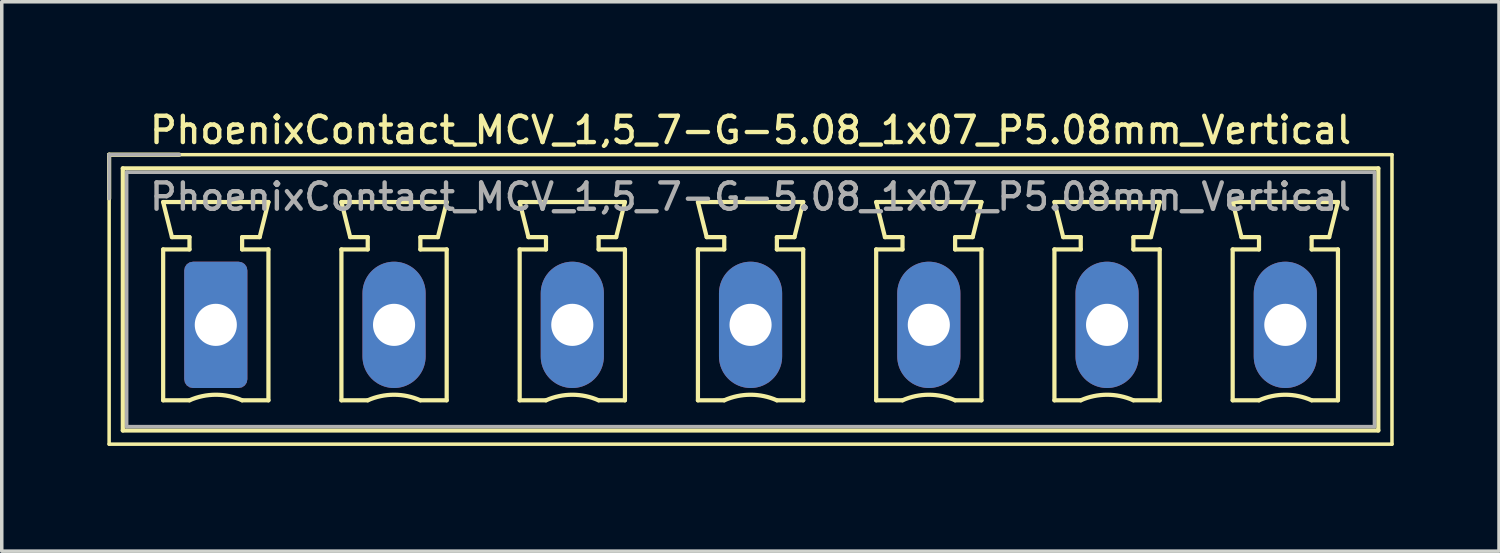
<source format=kicad_pcb>
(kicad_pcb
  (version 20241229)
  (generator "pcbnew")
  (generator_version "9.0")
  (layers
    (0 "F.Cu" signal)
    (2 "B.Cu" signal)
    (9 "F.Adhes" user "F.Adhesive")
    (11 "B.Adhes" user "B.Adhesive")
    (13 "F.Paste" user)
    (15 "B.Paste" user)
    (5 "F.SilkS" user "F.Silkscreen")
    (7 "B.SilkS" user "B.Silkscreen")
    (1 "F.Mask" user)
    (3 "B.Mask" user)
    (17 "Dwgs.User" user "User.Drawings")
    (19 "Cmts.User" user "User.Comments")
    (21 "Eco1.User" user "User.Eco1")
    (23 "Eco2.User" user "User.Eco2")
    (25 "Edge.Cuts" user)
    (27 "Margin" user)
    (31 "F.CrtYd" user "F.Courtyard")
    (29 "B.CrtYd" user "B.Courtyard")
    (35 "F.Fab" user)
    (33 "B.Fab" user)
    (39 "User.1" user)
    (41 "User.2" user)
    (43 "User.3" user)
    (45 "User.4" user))
  (footprint "PhoenixContact_MCV_1,5_7-G-5.08_1x07_P5.08mm_Vertical"
    (layer "F.Cu")
    (at 3.1 6.208)
    (property "Reference" "PhoenixContact_MCV_1,5_7-G-5.08_1x07_P5.08mm_Vertical" (at 15.24 -5.55 0) (layer "F.SilkS") (effects (font (size 0.75 0.75) (thickness 0.125))))
    (attr through_hole)
    (fp_line (start -3.04 -4.85) (end -3.04 3.4) (stroke (width 0.1) (type solid)) (layer "F.SilkS"))
    (fp_line (start -3.04 -4.85) (end -1.04 -4.85) (stroke (width 0.12) (type solid)) (layer "F.SilkS"))
    (fp_line (start -3.04 -3.6) (end -3.04 -4.85) (stroke (width 0.12) (type solid)) (layer "F.SilkS"))
    (fp_line (start -3.04 3.4) (end 33.52 3.4) (stroke (width 0.1) (type solid)) (layer "F.SilkS"))
    (fp_line (start -2.65 -4.46) (end -2.65 3.01) (stroke (width 0.12) (type solid)) (layer "F.SilkS"))
    (fp_line (start -2.65 3.01) (end 33.13 3.01) (stroke (width 0.12) (type solid)) (layer "F.SilkS"))
    (fp_line (start -1.5 -3.5) (end 1.5 -3.5) (stroke (width 0.12) (type solid)) (layer "F.SilkS"))
    (fp_line (start -1.5 -2.15) (end -0.75 -2.15) (stroke (width 0.12) (type solid)) (layer "F.SilkS"))
    (fp_line (start -1.5 2.15) (end -1.5 -2.15) (stroke (width 0.12) (type solid)) (layer "F.SilkS"))
    (fp_line (start -1.25 -2.5) (end -1.5 -3.5) (stroke (width 0.12) (type solid)) (layer "F.SilkS"))
    (fp_line (start -0.75 -2.5) (end -1.25 -2.5) (stroke (width 0.12) (type solid)) (layer "F.SilkS"))
    (fp_line (start -0.75 -2.15) (end -0.75 -2.5) (stroke (width 0.12) (type solid)) (layer "F.SilkS"))
    (fp_line (start -0.75 2.15) (end -1.5 2.15) (stroke (width 0.12) (type solid)) (layer "F.SilkS"))
    (fp_line (start 0.75 -2.5) (end 0.75 -2.15) (stroke (width 0.12) (type solid)) (layer "F.SilkS"))
    (fp_line (start 0.75 -2.15) (end 1.5 -2.15) (stroke (width 0.12) (type solid)) (layer "F.SilkS"))
    (fp_line (start 1.25 -2.5) (end 0.75 -2.5) (stroke (width 0.12) (type solid)) (layer "F.SilkS"))
    (fp_line (start 1.5 -3.5) (end 1.25 -2.5) (stroke (width 0.12) (type solid)) (layer "F.SilkS"))
    (fp_line (start 1.5 -2.15) (end 1.5 2.15) (stroke (width 0.12) (type solid)) (layer "F.SilkS"))
    (fp_line (start 1.5 2.15) (end 0.75 2.15) (stroke (width 0.12) (type solid)) (layer "F.SilkS"))
    (fp_line (start 3.58 -3.5) (end 6.58 -3.5) (stroke (width 0.12) (type solid)) (layer "F.SilkS"))
    (fp_line (start 3.58 -2.15) (end 4.33 -2.15) (stroke (width 0.12) (type solid)) (layer "F.SilkS"))
    (fp_line (start 3.58 2.15) (end 3.58 -2.15) (stroke (width 0.12) (type solid)) (layer "F.SilkS"))
    (fp_line (start 3.83 -2.5) (end 3.58 -3.5) (stroke (width 0.12) (type solid)) (layer "F.SilkS"))
    (fp_line (start 4.33 -2.5) (end 3.83 -2.5) (stroke (width 0.12) (type solid)) (layer "F.SilkS"))
    (fp_line (start 4.33 -2.15) (end 4.33 -2.5) (stroke (width 0.12) (type solid)) (layer "F.SilkS"))
    (fp_line (start 4.33 2.15) (end 3.58 2.15) (stroke (width 0.12) (type solid)) (layer "F.SilkS"))
    (fp_line (start 5.83 -2.5) (end 5.83 -2.15) (stroke (width 0.12) (type solid)) (layer "F.SilkS"))
    (fp_line (start 5.83 -2.15) (end 6.58 -2.15) (stroke (width 0.12) (type solid)) (layer "F.SilkS"))
    (fp_line (start 6.33 -2.5) (end 5.83 -2.5) (stroke (width 0.12) (type solid)) (layer "F.SilkS"))
    (fp_line (start 6.58 -3.5) (end 6.33 -2.5) (stroke (width 0.12) (type solid)) (layer "F.SilkS"))
    (fp_line (start 6.58 -2.15) (end 6.58 2.15) (stroke (width 0.12) (type solid)) (layer "F.SilkS"))
    (fp_line (start 6.58 2.15) (end 5.83 2.15) (stroke (width 0.12) (type solid)) (layer "F.SilkS"))
    (fp_line (start 8.66 -3.5) (end 11.66 -3.5) (stroke (width 0.12) (type solid)) (layer "F.SilkS"))
    (fp_line (start 8.66 -2.15) (end 9.41 -2.15) (stroke (width 0.12) (type solid)) (layer "F.SilkS"))
    (fp_line (start 8.66 2.15) (end 8.66 -2.15) (stroke (width 0.12) (type solid)) (layer "F.SilkS"))
    (fp_line (start 8.91 -2.5) (end 8.66 -3.5) (stroke (width 0.12) (type solid)) (layer "F.SilkS"))
    (fp_line (start 9.41 -2.5) (end 8.91 -2.5) (stroke (width 0.12) (type solid)) (layer "F.SilkS"))
    (fp_line (start 9.41 -2.15) (end 9.41 -2.5) (stroke (width 0.12) (type solid)) (layer "F.SilkS"))
    (fp_line (start 9.41 2.15) (end 8.66 2.15) (stroke (width 0.12) (type solid)) (layer "F.SilkS"))
    (fp_line (start 10.91 -2.5) (end 10.91 -2.15) (stroke (width 0.12) (type solid)) (layer "F.SilkS"))
    (fp_line (start 10.91 -2.15) (end 11.66 -2.15) (stroke (width 0.12) (type solid)) (layer "F.SilkS"))
    (fp_line (start 11.41 -2.5) (end 10.91 -2.5) (stroke (width 0.12) (type solid)) (layer "F.SilkS"))
    (fp_line (start 11.66 -3.5) (end 11.41 -2.5) (stroke (width 0.12) (type solid)) (layer "F.SilkS"))
    (fp_line (start 11.66 -2.15) (end 11.66 2.15) (stroke (width 0.12) (type solid)) (layer "F.SilkS"))
    (fp_line (start 11.66 2.15) (end 10.91 2.15) (stroke (width 0.12) (type solid)) (layer "F.SilkS"))
    (fp_line (start 13.74 -3.5) (end 16.74 -3.5) (stroke (width 0.12) (type solid)) (layer "F.SilkS"))
    (fp_line (start 13.74 -2.15) (end 14.49 -2.15) (stroke (width 0.12) (type solid)) (layer "F.SilkS"))
    (fp_line (start 13.74 2.15) (end 13.74 -2.15) (stroke (width 0.12) (type solid)) (layer "F.SilkS"))
    (fp_line (start 13.99 -2.5) (end 13.74 -3.5) (stroke (width 0.12) (type solid)) (layer "F.SilkS"))
    (fp_line (start 14.49 -2.5) (end 13.99 -2.5) (stroke (width 0.12) (type solid)) (layer "F.SilkS"))
    (fp_line (start 14.49 -2.15) (end 14.49 -2.5) (stroke (width 0.12) (type solid)) (layer "F.SilkS"))
    (fp_line (start 14.49 2.15) (end 13.74 2.15) (stroke (width 0.12) (type solid)) (layer "F.SilkS"))
    (fp_line (start 15.99 -2.5) (end 15.99 -2.15) (stroke (width 0.12) (type solid)) (layer "F.SilkS"))
    (fp_line (start 15.99 -2.15) (end 16.74 -2.15) (stroke (width 0.12) (type solid)) (layer "F.SilkS"))
    (fp_line (start 16.49 -2.5) (end 15.99 -2.5) (stroke (width 0.12) (type solid)) (layer "F.SilkS"))
    (fp_line (start 16.74 -3.5) (end 16.49 -2.5) (stroke (width 0.12) (type solid)) (layer "F.SilkS"))
    (fp_line (start 16.74 -2.15) (end 16.74 2.15) (stroke (width 0.12) (type solid)) (layer "F.SilkS"))
    (fp_line (start 16.74 2.15) (end 15.99 2.15) (stroke (width 0.12) (type solid)) (layer "F.SilkS"))
    (fp_line (start 18.82 -3.5) (end 21.82 -3.5) (stroke (width 0.12) (type solid)) (layer "F.SilkS"))
    (fp_line (start 18.82 -2.15) (end 19.57 -2.15) (stroke (width 0.12) (type solid)) (layer "F.SilkS"))
    (fp_line (start 18.82 2.15) (end 18.82 -2.15) (stroke (width 0.12) (type solid)) (layer "F.SilkS"))
    (fp_line (start 19.07 -2.5) (end 18.82 -3.5) (stroke (width 0.12) (type solid)) (layer "F.SilkS"))
    (fp_line (start 19.57 -2.5) (end 19.07 -2.5) (stroke (width 0.12) (type solid)) (layer "F.SilkS"))
    (fp_line (start 19.57 -2.15) (end 19.57 -2.5) (stroke (width 0.12) (type solid)) (layer "F.SilkS"))
    (fp_line (start 19.57 2.15) (end 18.82 2.15) (stroke (width 0.12) (type solid)) (layer "F.SilkS"))
    (fp_line (start 21.07 -2.5) (end 21.07 -2.15) (stroke (width 0.12) (type solid)) (layer "F.SilkS"))
    (fp_line (start 21.07 -2.15) (end 21.82 -2.15) (stroke (width 0.12) (type solid)) (layer "F.SilkS"))
    (fp_line (start 21.57 -2.5) (end 21.07 -2.5) (stroke (width 0.12) (type solid)) (layer "F.SilkS"))
    (fp_line (start 21.82 -3.5) (end 21.57 -2.5) (stroke (width 0.12) (type solid)) (layer "F.SilkS"))
    (fp_line (start 21.82 -2.15) (end 21.82 2.15) (stroke (width 0.12) (type solid)) (layer "F.SilkS"))
    (fp_line (start 21.82 2.15) (end 21.07 2.15) (stroke (width 0.12) (type solid)) (layer "F.SilkS"))
    (fp_line (start 23.9 -3.5) (end 26.9 -3.5) (stroke (width 0.12) (type solid)) (layer "F.SilkS"))
    (fp_line (start 23.9 -2.15) (end 24.65 -2.15) (stroke (width 0.12) (type solid)) (layer "F.SilkS"))
    (fp_line (start 23.9 2.15) (end 23.9 -2.15) (stroke (width 0.12) (type solid)) (layer "F.SilkS"))
    (fp_line (start 24.15 -2.5) (end 23.9 -3.5) (stroke (width 0.12) (type solid)) (layer "F.SilkS"))
    (fp_line (start 24.65 -2.5) (end 24.15 -2.5) (stroke (width 0.12) (type solid)) (layer "F.SilkS"))
    (fp_line (start 24.65 -2.15) (end 24.65 -2.5) (stroke (width 0.12) (type solid)) (layer "F.SilkS"))
    (fp_line (start 24.65 2.15) (end 23.9 2.15) (stroke (width 0.12) (type solid)) (layer "F.SilkS"))
    (fp_line (start 26.15 -2.5) (end 26.15 -2.15) (stroke (width 0.12) (type solid)) (layer "F.SilkS"))
    (fp_line (start 26.15 -2.15) (end 26.9 -2.15) (stroke (width 0.12) (type solid)) (layer "F.SilkS"))
    (fp_line (start 26.65 -2.5) (end 26.15 -2.5) (stroke (width 0.12) (type solid)) (layer "F.SilkS"))
    (fp_line (start 26.9 -3.5) (end 26.65 -2.5) (stroke (width 0.12) (type solid)) (layer "F.SilkS"))
    (fp_line (start 26.9 -2.15) (end 26.9 2.15) (stroke (width 0.12) (type solid)) (layer "F.SilkS"))
    (fp_line (start 26.9 2.15) (end 26.15 2.15) (stroke (width 0.12) (type solid)) (layer "F.SilkS"))
    (fp_line (start 28.98 -3.5) (end 31.98 -3.5) (stroke (width 0.12) (type solid)) (layer "F.SilkS"))
    (fp_line (start 28.98 -2.15) (end 29.73 -2.15) (stroke (width 0.12) (type solid)) (layer "F.SilkS"))
    (fp_line (start 28.98 2.15) (end 28.98 -2.15) (stroke (width 0.12) (type solid)) (layer "F.SilkS"))
    (fp_line (start 29.23 -2.5) (end 28.98 -3.5) (stroke (width 0.12) (type solid)) (layer "F.SilkS"))
    (fp_line (start 29.73 -2.5) (end 29.23 -2.5) (stroke (width 0.12) (type solid)) (layer "F.SilkS"))
    (fp_line (start 29.73 -2.15) (end 29.73 -2.5) (stroke (width 0.12) (type solid)) (layer "F.SilkS"))
    (fp_line (start 29.73 2.15) (end 28.98 2.15) (stroke (width 0.12) (type solid)) (layer "F.SilkS"))
    (fp_line (start 31.23 -2.5) (end 31.23 -2.15) (stroke (width 0.12) (type solid)) (layer "F.SilkS"))
    (fp_line (start 31.23 -2.15) (end 31.98 -2.15) (stroke (width 0.12) (type solid)) (layer "F.SilkS"))
    (fp_line (start 31.73 -2.5) (end 31.23 -2.5) (stroke (width 0.12) (type solid)) (layer "F.SilkS"))
    (fp_line (start 31.98 -3.5) (end 31.73 -2.5) (stroke (width 0.12) (type solid)) (layer "F.SilkS"))
    (fp_line (start 31.98 -2.15) (end 31.98 2.15) (stroke (width 0.12) (type solid)) (layer "F.SilkS"))
    (fp_line (start 31.98 2.15) (end 31.23 2.15) (stroke (width 0.12) (type solid)) (layer "F.SilkS"))
    (fp_line (start 33.13 -4.46) (end -2.65 -4.46) (stroke (width 0.12) (type solid)) (layer "F.SilkS"))
    (fp_line (start 33.13 3.01) (end 33.13 -4.46) (stroke (width 0.12) (type solid)) (layer "F.SilkS"))
    (fp_line (start 33.52 -4.85) (end -3.04 -4.85) (stroke (width 0.1) (type solid)) (layer "F.SilkS"))
    (fp_line (start 33.52 3.4) (end 33.52 -4.85) (stroke (width 0.1) (type solid)) (layer "F.SilkS"))
    (fp_arc (start -0.75 2.15) (mid -0.000193 1.99191) (end 0.749647 2.149844) (stroke (width 0.12) (type solid)) (layer "F.SilkS"))
    (fp_arc (start 4.33 2.15) (mid 5.079807 1.99191) (end 5.829647 2.149844) (stroke (width 0.12) (type solid)) (layer "F.SilkS"))
    (fp_arc (start 9.41 2.15) (mid 10.159807 1.99191) (end 10.909647 2.149844) (stroke (width 0.12) (type solid)) (layer "F.SilkS"))
    (fp_arc (start 14.49 2.15) (mid 15.239807 1.99191) (end 15.989647 2.149844) (stroke (width 0.12) (type solid)) (layer "F.SilkS"))
    (fp_arc (start 19.57 2.15) (mid 20.319807 1.99191) (end 21.069647 2.149844) (stroke (width 0.12) (type solid)) (layer "F.SilkS"))
    (fp_arc (start 24.65 2.15) (mid 25.399807 1.99191) (end 26.149647 2.149844) (stroke (width 0.12) (type solid)) (layer "F.SilkS"))
    (fp_arc (start 29.73 2.15) (mid 30.479807 1.99191) (end 31.229647 2.149844) (stroke (width 0.12) (type solid)) (layer "F.SilkS"))
    (fp_line (start -3.04 -4.85) (end -1.04 -4.85) (stroke (width 0.1) (type solid)) (layer "F.Fab"))
    (fp_line (start -3.04 -3.6) (end -3.04 -4.85) (stroke (width 0.1) (type solid)) (layer "F.Fab"))
    (fp_line (start -2.54 -4.35) (end -2.54 2.9) (stroke (width 0.1) (type solid)) (layer "F.Fab"))
    (fp_line (start -2.54 2.9) (end 33.02 2.9) (stroke (width 0.1) (type solid)) (layer "F.Fab"))
    (fp_line (start 33.02 -4.35) (end -2.54 -4.35) (stroke (width 0.1) (type solid)) (layer "F.Fab"))
    (fp_line (start 33.02 2.9) (end 33.02 -4.35) (stroke (width 0.1) (type solid)) (layer "F.Fab"))
    (fp_text user "${REFERENCE}" (at 15.24 -3.65 0) (layer "F.Fab") (effects (font (size 0.75 0.75) (thickness 0.125))))
    (pad "1" thru_hole roundrect (at 0 0) (size 1.8 3.6) (drill 1.2) (layers "*.Cu" "*.Mask") (roundrect_rratio 0.139))
    (pad "2" thru_hole oval (at 5.08 0) (size 1.8 3.6) (drill 1.2) (layers "*.Cu" "*.Mask"))
    (pad "3" thru_hole oval (at 10.16 0) (size 1.8 3.6) (drill 1.2) (layers "*.Cu" "*.Mask"))
    (pad "4" thru_hole oval (at 15.24 0) (size 1.8 3.6) (drill 1.2) (layers "*.Cu" "*.Mask"))
    (pad "5" thru_hole oval (at 20.32 0) (size 1.8 3.6) (drill 1.2) (layers "*.Cu" "*.Mask"))
    (pad "6" thru_hole oval (at 25.4 0) (size 1.8 3.6) (drill 1.2) (layers "*.Cu" "*.Mask"))
    (pad "7" thru_hole oval (at 30.48 0) (size 1.8 3.6) (drill 1.2) (layers "*.Cu" "*.Mask")))
  (gr_rect
    (start -3 -3)
    (end 39.67 12.658)
    (stroke (width 0.1) (type default))
    (fill no)
    (layer "Edge.Cuts")))
</source>
